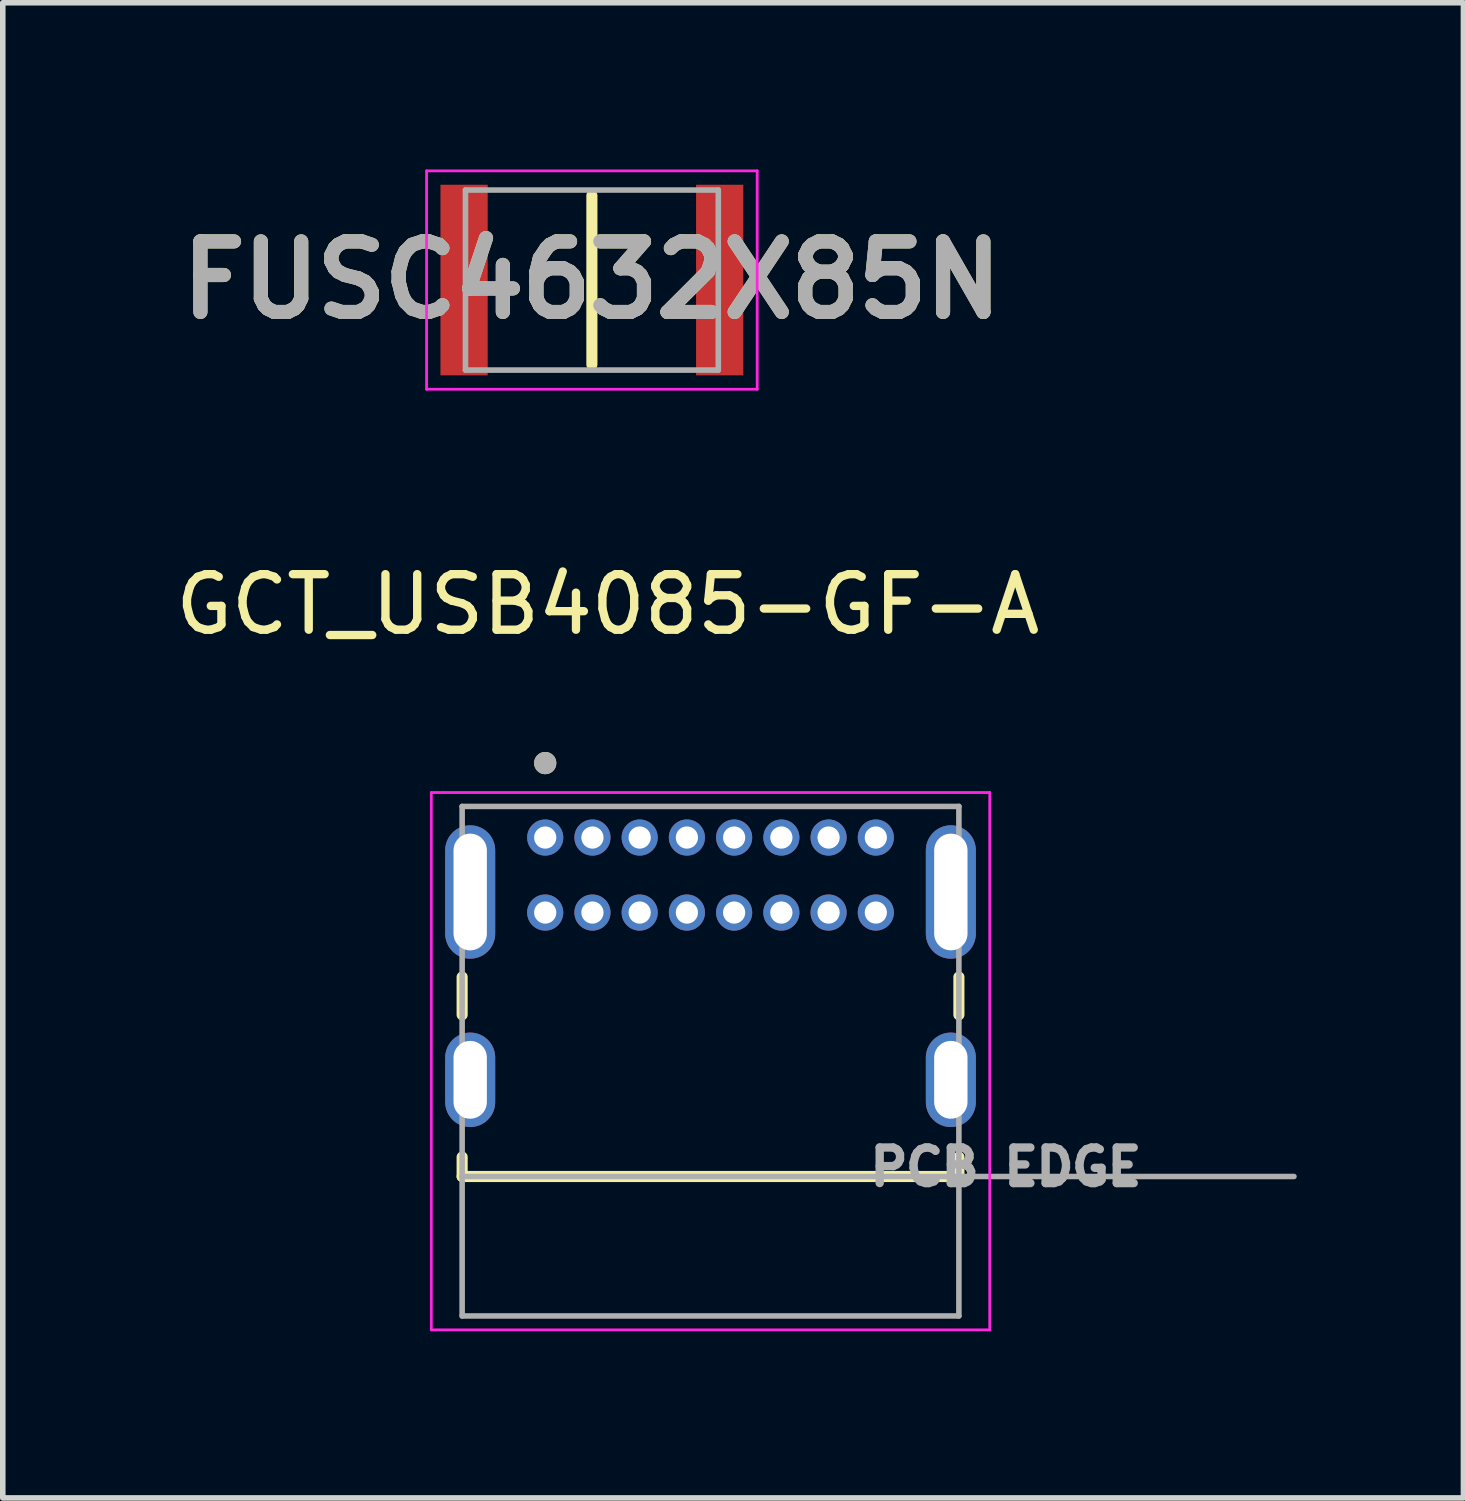
<source format=kicad_pcb>
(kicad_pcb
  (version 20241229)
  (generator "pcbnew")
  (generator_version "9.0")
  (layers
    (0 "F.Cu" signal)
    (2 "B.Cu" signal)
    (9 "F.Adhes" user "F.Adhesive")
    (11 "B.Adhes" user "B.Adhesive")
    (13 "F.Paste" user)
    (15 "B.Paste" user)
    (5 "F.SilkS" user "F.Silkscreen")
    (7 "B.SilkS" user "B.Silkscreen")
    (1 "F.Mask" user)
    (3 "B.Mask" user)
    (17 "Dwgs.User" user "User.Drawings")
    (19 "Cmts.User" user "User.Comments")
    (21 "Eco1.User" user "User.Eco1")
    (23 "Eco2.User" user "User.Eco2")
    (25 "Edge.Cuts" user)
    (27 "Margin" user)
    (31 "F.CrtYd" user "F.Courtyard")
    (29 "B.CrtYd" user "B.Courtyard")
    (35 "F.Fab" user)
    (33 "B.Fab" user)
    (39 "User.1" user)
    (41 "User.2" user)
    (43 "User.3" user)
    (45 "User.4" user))
  (footprint "GCT_USB4085-GF-A"
    (layer "F.Cu")
    (at 9.737 16.383)
    (property "Reference" "GCT_USB4085-GF-A" (at -1.85 -8.555 0) (layer "F.SilkS") (effects (font (size 1 1) (thickness 0.15))))
    (attr through_hole)
    (fp_line (start -4.47 -1.85) (end -4.47 -1.17) (stroke (width 0.2) (type solid)) (layer "F.SilkS"))
    (fp_line (start -4.47 1.39) (end -4.47 1.74) (stroke (width 0.2) (type solid)) (layer "F.SilkS"))
    (fp_line (start -4.47 1.74) (end 4.47 1.74) (stroke (width 0.2) (type solid)) (layer "F.SilkS"))
    (fp_line (start 4.47 -1.85) (end 4.47 -1.17) (stroke (width 0.2) (type solid)) (layer "F.SilkS"))
    (fp_line (start 4.47 1.74) (end 4.47 1.39) (stroke (width 0.2) (type solid)) (layer "F.SilkS"))
    (fp_circle (center -2.975 -5.7) (end -2.875 -5.7) (stroke (width 0.2) (type solid)) (fill no) (layer "F.SilkS"))
    (fp_line (start -5.025 -5.17) (end 5.025 -5.17) (stroke (width 0.05) (type solid)) (layer "F.CrtYd"))
    (fp_line (start -5.025 4.5) (end -5.025 -5.17) (stroke (width 0.05) (type solid)) (layer "F.CrtYd"))
    (fp_line (start 5.025 -5.17) (end 5.025 4.5) (stroke (width 0.05) (type solid)) (layer "F.CrtYd"))
    (fp_line (start 5.025 4.5) (end -5.025 4.5) (stroke (width 0.05) (type solid)) (layer "F.CrtYd"))
    (fp_line (start -4.47 -4.92) (end 4.47 -4.92) (stroke (width 0.1) (type solid)) (layer "F.Fab"))
    (fp_line (start -4.47 1.74) (end -4.47 -4.92) (stroke (width 0.1) (type solid)) (layer "F.Fab"))
    (fp_line (start -4.47 1.74) (end 10.5 1.74) (stroke (width 0.1) (type solid)) (layer "F.Fab"))
    (fp_line (start -4.47 4.25) (end -4.47 1.74) (stroke (width 0.1) (type solid)) (layer "F.Fab"))
    (fp_line (start 4.47 -4.92) (end 4.47 4.25) (stroke (width 0.1) (type solid)) (layer "F.Fab"))
    (fp_line (start 4.47 4.25) (end -4.47 4.25) (stroke (width 0.1) (type solid)) (layer "F.Fab"))
    (fp_circle (center -2.975 -5.7) (end -2.875 -5.7) (stroke (width 0.2) (type solid)) (fill no) (layer "F.Fab"))
    (fp_text user "PCB EDGE" (at 5.315 1.57 0) (layer "F.Fab") (effects (font (size 0.64 0.64) (thickness 0.15))))
    (pad "A1" thru_hole circle (at -2.975 -4.36) (size 0.65 0.65) (drill 0.4) (layers "*.Cu" "*.Mask"))
    (pad "A4" thru_hole circle (at -2.125 -4.36) (size 0.65 0.65) (drill 0.4) (layers "*.Cu" "*.Mask"))
    (pad "A5" thru_hole circle (at -1.275 -4.36) (size 0.65 0.65) (drill 0.4) (layers "*.Cu" "*.Mask"))
    (pad "A6" thru_hole circle (at -0.425 -4.36) (size 0.65 0.65) (drill 0.4) (layers "*.Cu" "*.Mask"))
    (pad "A7" thru_hole circle (at 0.425 -4.36) (size 0.65 0.65) (drill 0.4) (layers "*.Cu" "*.Mask"))
    (pad "A8" thru_hole circle (at 1.275 -4.36) (size 0.65 0.65) (drill 0.4) (layers "*.Cu" "*.Mask"))
    (pad "A9" thru_hole circle (at 2.125 -4.36) (size 0.65 0.65) (drill 0.4) (layers "*.Cu" "*.Mask"))
    (pad "A12" thru_hole circle (at 2.975 -4.36) (size 0.65 0.65) (drill 0.4) (layers "*.Cu" "*.Mask"))
    (pad "B1" thru_hole circle (at 2.975 -3.01) (size 0.65 0.65) (drill 0.4) (layers "*.Cu" "*.Mask"))
    (pad "B4" thru_hole circle (at 2.125 -3.01) (size 0.65 0.65) (drill 0.4) (layers "*.Cu" "*.Mask"))
    (pad "B5" thru_hole circle (at 1.275 -3.01) (size 0.65 0.65) (drill 0.4) (layers "*.Cu" "*.Mask"))
    (pad "B6" thru_hole circle (at 0.425 -3.01) (size 0.65 0.65) (drill 0.4) (layers "*.Cu" "*.Mask"))
    (pad "B7" thru_hole circle (at -0.425 -3.01) (size 0.65 0.65) (drill 0.4) (layers "*.Cu" "*.Mask"))
    (pad "B8" thru_hole circle (at -1.275 -3.01) (size 0.65 0.65) (drill 0.4) (layers "*.Cu" "*.Mask"))
    (pad "B9" thru_hole circle (at -2.125 -3.01) (size 0.65 0.65) (drill 0.4) (layers "*.Cu" "*.Mask"))
    (pad "B12" thru_hole circle (at -2.975 -3.01) (size 0.65 0.65) (drill 0.4) (layers "*.Cu" "*.Mask"))
    (pad "S1" thru_hole oval (at -4.325 0) (size 0.9 1.7) (drill oval 0.6 1.4) (layers "*.Cu" "*.Mask"))
    (pad "S2" thru_hole oval (at 4.325 0) (size 0.9 1.7) (drill oval 0.6 1.4) (layers "*.Cu" "*.Mask"))
    (pad "S3" thru_hole oval (at -4.325 -3.38) (size 0.9 2.4) (drill oval 0.6 2.1) (layers "*.Cu" "*.Mask"))
    (pad "S4" thru_hole oval (at 4.325 -3.38) (size 0.9 2.4) (drill oval 0.6 2.1) (layers "*.Cu" "*.Mask")))
  (footprint "FUSC4632X85N"
    (layer "F.Cu")
    (at 7.602 1.99)
    (property "Reference" "FUSC4632X85N" (at 0 0 0) (layer "F.SilkS") (effects (font (size 1.27 1.27) (thickness 0.254))))
    (attr smd)
    (fp_line (start 0 -1.52) (end 0 1.52) (stroke (width 0.2) (type solid)) (layer "F.SilkS"))
    (fp_line (start -2.975 -1.965) (end 2.975 -1.965) (stroke (width 0.05) (type solid)) (layer "F.CrtYd"))
    (fp_line (start -2.975 1.965) (end -2.975 -1.965) (stroke (width 0.05) (type solid)) (layer "F.CrtYd"))
    (fp_line (start 2.975 -1.965) (end 2.975 1.965) (stroke (width 0.05) (type solid)) (layer "F.CrtYd"))
    (fp_line (start 2.975 1.965) (end -2.975 1.965) (stroke (width 0.05) (type solid)) (layer "F.CrtYd"))
    (fp_line (start -2.275 -1.62) (end 2.275 -1.62) (stroke (width 0.1) (type solid)) (layer "F.Fab"))
    (fp_line (start -2.275 1.62) (end -2.275 -1.62) (stroke (width 0.1) (type solid)) (layer "F.Fab"))
    (fp_line (start 2.275 -1.62) (end 2.275 1.62) (stroke (width 0.1) (type solid)) (layer "F.Fab"))
    (fp_line (start 2.275 1.62) (end -2.275 1.62) (stroke (width 0.1) (type solid)) (layer "F.Fab"))
    (fp_text user "${REFERENCE}" (at 0 0 0) (layer "F.Fab") (effects (font (size 1.27 1.27) (thickness 0.254))))
    (pad "1" smd rect (at -2.3 0) (size 0.85 3.43) (layers "F.Cu" "F.Mask" "F.Paste"))
    (pad "2" smd rect (at 2.3 0) (size 0.85 3.43) (layers "F.Cu" "F.Mask" "F.Paste")))
  (gr_rect
    (start -3 -3)
    (end 23.287 23.908)
    (stroke (width 0.1) (type default))
    (fill no)
    (layer "Edge.Cuts")))
</source>
